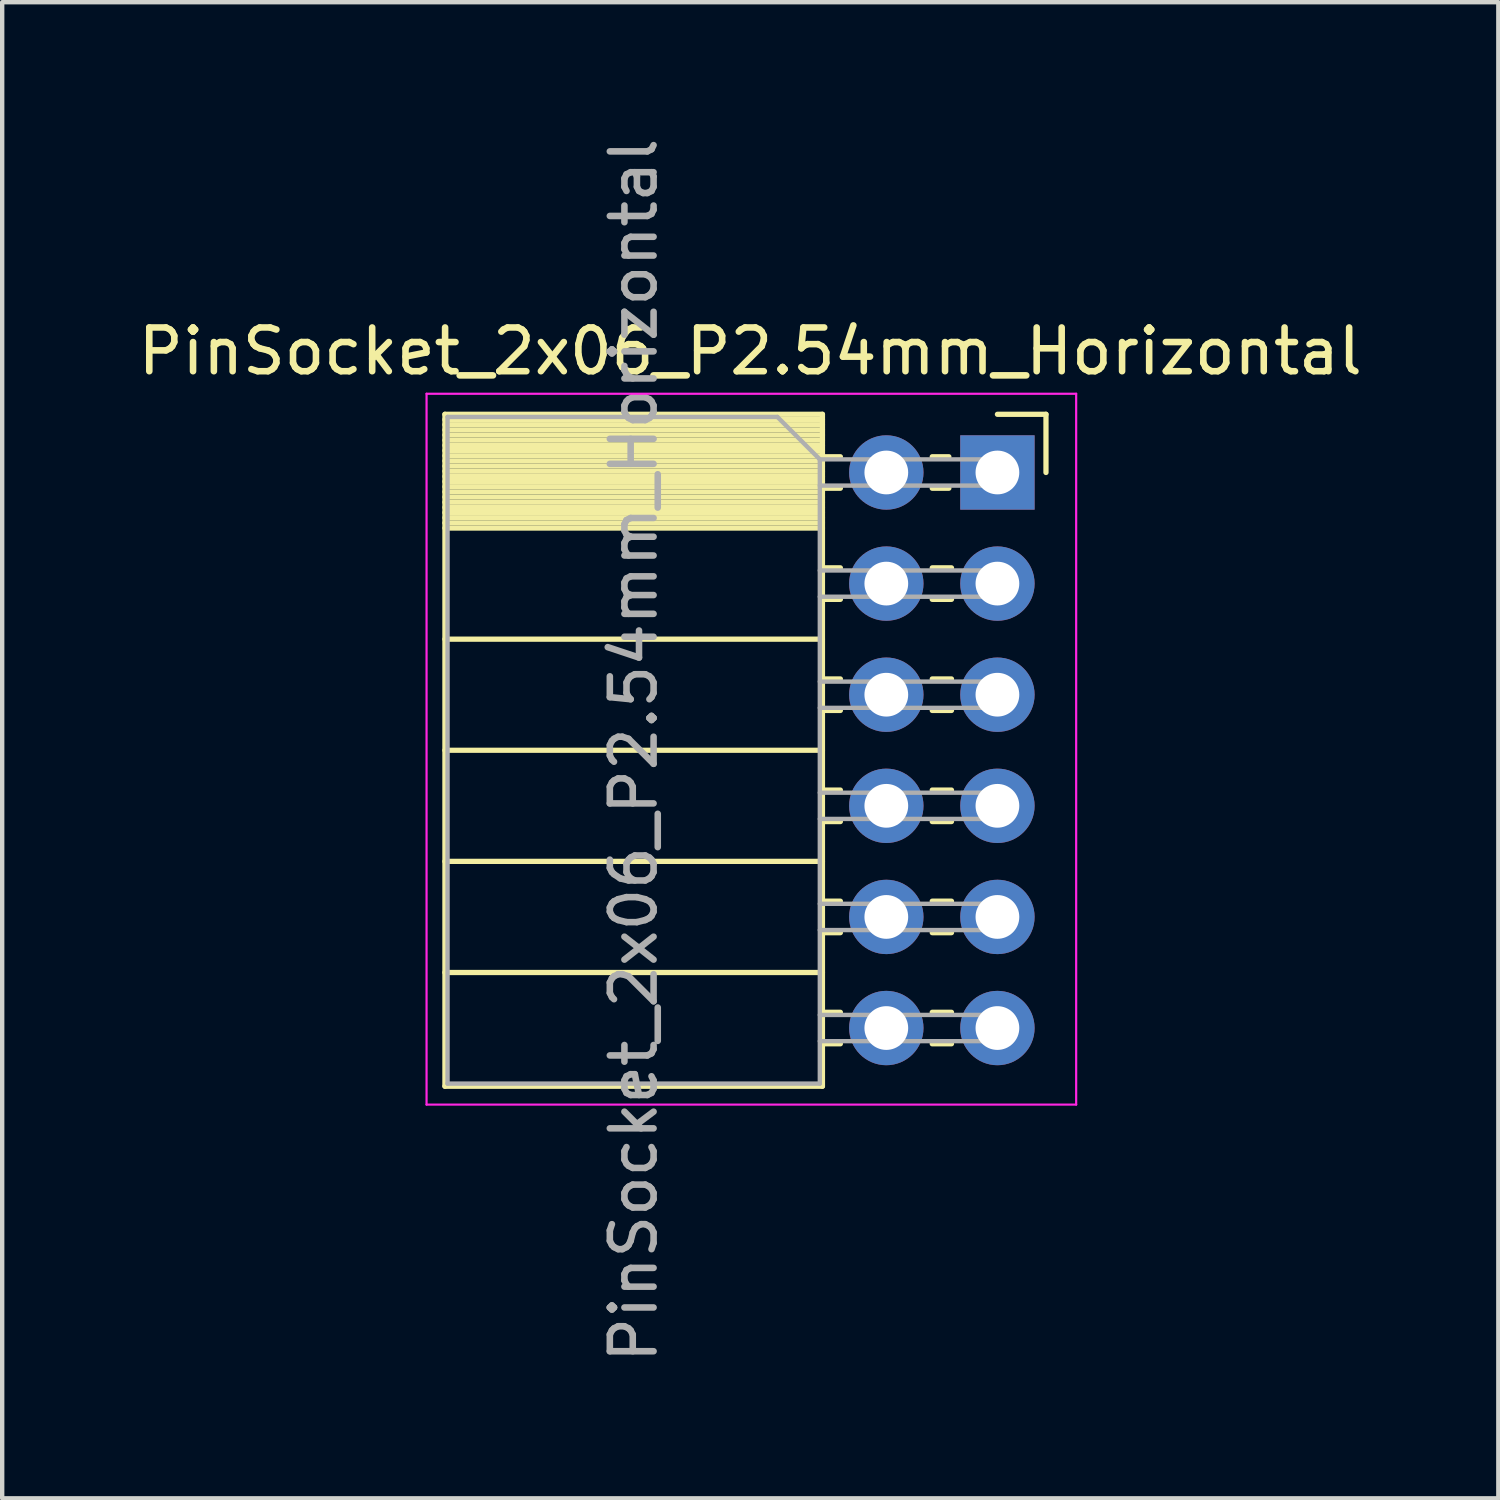
<source format=kicad_pcb>
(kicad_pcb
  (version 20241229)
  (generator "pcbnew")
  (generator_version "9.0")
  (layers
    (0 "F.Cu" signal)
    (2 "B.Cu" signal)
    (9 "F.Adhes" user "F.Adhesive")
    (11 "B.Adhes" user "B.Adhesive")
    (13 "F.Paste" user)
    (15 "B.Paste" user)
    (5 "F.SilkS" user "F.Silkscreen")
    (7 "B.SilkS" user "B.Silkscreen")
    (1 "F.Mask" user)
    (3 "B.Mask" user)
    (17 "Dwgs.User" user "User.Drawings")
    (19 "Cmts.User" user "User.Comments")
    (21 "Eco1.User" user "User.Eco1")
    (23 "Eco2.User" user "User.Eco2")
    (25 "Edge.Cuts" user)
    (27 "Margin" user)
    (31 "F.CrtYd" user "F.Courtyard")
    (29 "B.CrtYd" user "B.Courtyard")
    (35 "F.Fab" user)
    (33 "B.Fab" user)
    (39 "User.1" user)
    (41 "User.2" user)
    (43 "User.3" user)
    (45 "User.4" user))
  (footprint "PinSocket_2x06_P2.54mm_Horizontal"
    (layer "F.Cu")
    (at 19.751 7.751)
    (property "Reference" "PinSocket_2x06_P2.54mm_Horizontal" (at -5.65 -2.77 0) (layer "F.SilkS") (effects (font (size 1 1) (thickness 0.15))))
    (attr through_hole)
    (fp_line (start -12.63 -1.33) (end -12.63 14.03) (stroke (width 0.12) (type solid)) (layer "F.SilkS"))
    (fp_line (start -12.63 -1.33) (end -4 -1.33) (stroke (width 0.12) (type solid)) (layer "F.SilkS"))
    (fp_line (start -12.63 -1.21) (end -4 -1.21) (stroke (width 0.12) (type solid)) (layer "F.SilkS"))
    (fp_line (start -12.63 -1.092) (end -4 -1.092) (stroke (width 0.12) (type solid)) (layer "F.SilkS"))
    (fp_line (start -12.63 -0.974) (end -4 -0.974) (stroke (width 0.12) (type solid)) (layer "F.SilkS"))
    (fp_line (start -12.63 -0.856) (end -4 -0.856) (stroke (width 0.12) (type solid)) (layer "F.SilkS"))
    (fp_line (start -12.63 -0.738) (end -4 -0.738) (stroke (width 0.12) (type solid)) (layer "F.SilkS"))
    (fp_line (start -12.63 -0.62) (end -4 -0.62) (stroke (width 0.12) (type solid)) (layer "F.SilkS"))
    (fp_line (start -12.63 -0.501) (end -4 -0.501) (stroke (width 0.12) (type solid)) (layer "F.SilkS"))
    (fp_line (start -12.63 -0.383) (end -4 -0.383) (stroke (width 0.12) (type solid)) (layer "F.SilkS"))
    (fp_line (start -12.63 -0.265) (end -4 -0.265) (stroke (width 0.12) (type solid)) (layer "F.SilkS"))
    (fp_line (start -12.63 -0.147) (end -4 -0.147) (stroke (width 0.12) (type solid)) (layer "F.SilkS"))
    (fp_line (start -12.63 -0.029) (end -4 -0.029) (stroke (width 0.12) (type solid)) (layer "F.SilkS"))
    (fp_line (start -12.63 0.089) (end -4 0.089) (stroke (width 0.12) (type solid)) (layer "F.SilkS"))
    (fp_line (start -12.63 0.207) (end -4 0.207) (stroke (width 0.12) (type solid)) (layer "F.SilkS"))
    (fp_line (start -12.63 0.325) (end -4 0.325) (stroke (width 0.12) (type solid)) (layer "F.SilkS"))
    (fp_line (start -12.63 0.443) (end -4 0.443) (stroke (width 0.12) (type solid)) (layer "F.SilkS"))
    (fp_line (start -12.63 0.561) (end -4 0.561) (stroke (width 0.12) (type solid)) (layer "F.SilkS"))
    (fp_line (start -12.63 0.68) (end -4 0.68) (stroke (width 0.12) (type solid)) (layer "F.SilkS"))
    (fp_line (start -12.63 0.798) (end -4 0.798) (stroke (width 0.12) (type solid)) (layer "F.SilkS"))
    (fp_line (start -12.63 0.916) (end -4 0.916) (stroke (width 0.12) (type solid)) (layer "F.SilkS"))
    (fp_line (start -12.63 1.034) (end -4 1.034) (stroke (width 0.12) (type solid)) (layer "F.SilkS"))
    (fp_line (start -12.63 1.152) (end -4 1.152) (stroke (width 0.12) (type solid)) (layer "F.SilkS"))
    (fp_line (start -12.63 1.27) (end -4 1.27) (stroke (width 0.12) (type solid)) (layer "F.SilkS"))
    (fp_line (start -12.63 3.81) (end -4 3.81) (stroke (width 0.12) (type solid)) (layer "F.SilkS"))
    (fp_line (start -12.63 6.35) (end -4 6.35) (stroke (width 0.12) (type solid)) (layer "F.SilkS"))
    (fp_line (start -12.63 8.89) (end -4 8.89) (stroke (width 0.12) (type solid)) (layer "F.SilkS"))
    (fp_line (start -12.63 11.43) (end -4 11.43) (stroke (width 0.12) (type solid)) (layer "F.SilkS"))
    (fp_line (start -12.63 14.03) (end -4 14.03) (stroke (width 0.12) (type solid)) (layer "F.SilkS"))
    (fp_line (start -4 -1.33) (end -4 14.03) (stroke (width 0.12) (type solid)) (layer "F.SilkS"))
    (fp_line (start -4 -0.36) (end -3.59 -0.36) (stroke (width 0.12) (type solid)) (layer "F.SilkS"))
    (fp_line (start -4 0.36) (end -3.59 0.36) (stroke (width 0.12) (type solid)) (layer "F.SilkS"))
    (fp_line (start -4 2.18) (end -3.59 2.18) (stroke (width 0.12) (type solid)) (layer "F.SilkS"))
    (fp_line (start -4 2.9) (end -3.59 2.9) (stroke (width 0.12) (type solid)) (layer "F.SilkS"))
    (fp_line (start -4 4.72) (end -3.59 4.72) (stroke (width 0.12) (type solid)) (layer "F.SilkS"))
    (fp_line (start -4 5.44) (end -3.59 5.44) (stroke (width 0.12) (type solid)) (layer "F.SilkS"))
    (fp_line (start -4 7.26) (end -3.59 7.26) (stroke (width 0.12) (type solid)) (layer "F.SilkS"))
    (fp_line (start -4 7.98) (end -3.59 7.98) (stroke (width 0.12) (type solid)) (layer "F.SilkS"))
    (fp_line (start -4 9.8) (end -3.59 9.8) (stroke (width 0.12) (type solid)) (layer "F.SilkS"))
    (fp_line (start -4 10.52) (end -3.59 10.52) (stroke (width 0.12) (type solid)) (layer "F.SilkS"))
    (fp_line (start -4 12.34) (end -3.59 12.34) (stroke (width 0.12) (type solid)) (layer "F.SilkS"))
    (fp_line (start -4 13.06) (end -3.59 13.06) (stroke (width 0.12) (type solid)) (layer "F.SilkS"))
    (fp_line (start -1.49 -0.36) (end -1.11 -0.36) (stroke (width 0.12) (type solid)) (layer "F.SilkS"))
    (fp_line (start -1.49 0.36) (end -1.11 0.36) (stroke (width 0.12) (type solid)) (layer "F.SilkS"))
    (fp_line (start -1.49 2.18) (end -1.05 2.18) (stroke (width 0.12) (type solid)) (layer "F.SilkS"))
    (fp_line (start -1.49 2.9) (end -1.05 2.9) (stroke (width 0.12) (type solid)) (layer "F.SilkS"))
    (fp_line (start -1.49 4.72) (end -1.05 4.72) (stroke (width 0.12) (type solid)) (layer "F.SilkS"))
    (fp_line (start -1.49 5.44) (end -1.05 5.44) (stroke (width 0.12) (type solid)) (layer "F.SilkS"))
    (fp_line (start -1.49 7.26) (end -1.05 7.26) (stroke (width 0.12) (type solid)) (layer "F.SilkS"))
    (fp_line (start -1.49 7.98) (end -1.05 7.98) (stroke (width 0.12) (type solid)) (layer "F.SilkS"))
    (fp_line (start -1.49 9.8) (end -1.05 9.8) (stroke (width 0.12) (type solid)) (layer "F.SilkS"))
    (fp_line (start -1.49 10.52) (end -1.05 10.52) (stroke (width 0.12) (type solid)) (layer "F.SilkS"))
    (fp_line (start -1.49 12.34) (end -1.05 12.34) (stroke (width 0.12) (type solid)) (layer "F.SilkS"))
    (fp_line (start -1.49 13.06) (end -1.05 13.06) (stroke (width 0.12) (type solid)) (layer "F.SilkS"))
    (fp_line (start 0 -1.33) (end 1.11 -1.33) (stroke (width 0.12) (type solid)) (layer "F.SilkS"))
    (fp_line (start 1.11 -1.33) (end 1.11 0) (stroke (width 0.12) (type solid)) (layer "F.SilkS"))
    (fp_line (start -13.05 -1.8) (end -13.05 14.45) (stroke (width 0.05) (type solid)) (layer "F.CrtYd"))
    (fp_line (start -13.05 14.45) (end 1.8 14.45) (stroke (width 0.05) (type solid)) (layer "F.CrtYd"))
    (fp_line (start 1.8 -1.8) (end -13.05 -1.8) (stroke (width 0.05) (type solid)) (layer "F.CrtYd"))
    (fp_line (start 1.8 14.45) (end 1.8 -1.8) (stroke (width 0.05) (type solid)) (layer "F.CrtYd"))
    (fp_line (start -12.57 -1.27) (end -5.03 -1.27) (stroke (width 0.1) (type solid)) (layer "F.Fab"))
    (fp_line (start -12.57 13.97) (end -12.57 -1.27) (stroke (width 0.1) (type solid)) (layer "F.Fab"))
    (fp_line (start -5.03 -1.27) (end -4.06 -0.3) (stroke (width 0.1) (type solid)) (layer "F.Fab"))
    (fp_line (start -4.06 -0.3) (end -4.06 13.97) (stroke (width 0.1) (type solid)) (layer "F.Fab"))
    (fp_line (start -4.06 0.3) (end 0 0.3) (stroke (width 0.1) (type solid)) (layer "F.Fab"))
    (fp_line (start -4.06 2.84) (end 0 2.84) (stroke (width 0.1) (type solid)) (layer "F.Fab"))
    (fp_line (start -4.06 5.38) (end 0 5.38) (stroke (width 0.1) (type solid)) (layer "F.Fab"))
    (fp_line (start -4.06 7.92) (end 0 7.92) (stroke (width 0.1) (type solid)) (layer "F.Fab"))
    (fp_line (start -4.06 10.46) (end 0 10.46) (stroke (width 0.1) (type solid)) (layer "F.Fab"))
    (fp_line (start -4.06 13) (end 0 13) (stroke (width 0.1) (type solid)) (layer "F.Fab"))
    (fp_line (start -4.06 13.97) (end -12.57 13.97) (stroke (width 0.1) (type solid)) (layer "F.Fab"))
    (fp_line (start 0 -0.3) (end -4.06 -0.3) (stroke (width 0.1) (type solid)) (layer "F.Fab"))
    (fp_line (start 0 0.3) (end 0 -0.3) (stroke (width 0.1) (type solid)) (layer "F.Fab"))
    (fp_line (start 0 2.24) (end -4.06 2.24) (stroke (width 0.1) (type solid)) (layer "F.Fab"))
    (fp_line (start 0 2.84) (end 0 2.24) (stroke (width 0.1) (type solid)) (layer "F.Fab"))
    (fp_line (start 0 4.78) (end -4.06 4.78) (stroke (width 0.1) (type solid)) (layer "F.Fab"))
    (fp_line (start 0 5.38) (end 0 4.78) (stroke (width 0.1) (type solid)) (layer "F.Fab"))
    (fp_line (start 0 7.32) (end -4.06 7.32) (stroke (width 0.1) (type solid)) (layer "F.Fab"))
    (fp_line (start 0 7.92) (end 0 7.32) (stroke (width 0.1) (type solid)) (layer "F.Fab"))
    (fp_line (start 0 9.86) (end -4.06 9.86) (stroke (width 0.1) (type solid)) (layer "F.Fab"))
    (fp_line (start 0 10.46) (end 0 9.86) (stroke (width 0.1) (type solid)) (layer "F.Fab"))
    (fp_line (start 0 12.4) (end -4.06 12.4) (stroke (width 0.1) (type solid)) (layer "F.Fab"))
    (fp_line (start 0 13) (end 0 12.4) (stroke (width 0.1) (type solid)) (layer "F.Fab"))
    (fp_text user "${REFERENCE}" (at -8.315 6.35 90) (layer "F.Fab") (effects (font (size 1 1) (thickness 0.15))))
    (pad "1" thru_hole rect (at 0 0) (size 1.7 1.7) (drill 1) (layers "*.Cu" "*.Mask"))
    (pad "2" thru_hole oval (at 0 2.54) (size 1.7 1.7) (drill 1) (layers "*.Cu" "*.Mask"))
    (pad "3" thru_hole oval (at 0 5.08) (size 1.7 1.7) (drill 1) (layers "*.Cu" "*.Mask"))
    (pad "4" thru_hole oval (at 0 7.62) (size 1.7 1.7) (drill 1) (layers "*.Cu" "*.Mask"))
    (pad "5" thru_hole oval (at 0 10.16) (size 1.7 1.7) (drill 1) (layers "*.Cu" "*.Mask"))
    (pad "6" thru_hole oval (at 0 12.7) (size 1.7 1.7) (drill 1) (layers "*.Cu" "*.Mask"))
    (pad "7" thru_hole oval (at -2.54 0) (size 1.7 1.7) (drill 1) (layers "*.Cu" "*.Mask"))
    (pad "8" thru_hole oval (at -2.54 2.54) (size 1.7 1.7) (drill 1) (layers "*.Cu" "*.Mask"))
    (pad "9" thru_hole oval (at -2.54 5.08) (size 1.7 1.7) (drill 1) (layers "*.Cu" "*.Mask"))
    (pad "10" thru_hole oval (at -2.54 7.62) (size 1.7 1.7) (drill 1) (layers "*.Cu" "*.Mask"))
    (pad "11" thru_hole oval (at -2.54 10.16) (size 1.7 1.7) (drill 1) (layers "*.Cu" "*.Mask"))
    (pad "12" thru_hole oval (at -2.54 12.7) (size 1.7 1.7) (drill 1) (layers "*.Cu" "*.Mask")))
  (gr_rect
    (start -3 -3)
    (end 31.202 31.202)
    (stroke (width 0.1) (type default))
    (fill no)
    (layer "Edge.Cuts")))
</source>
